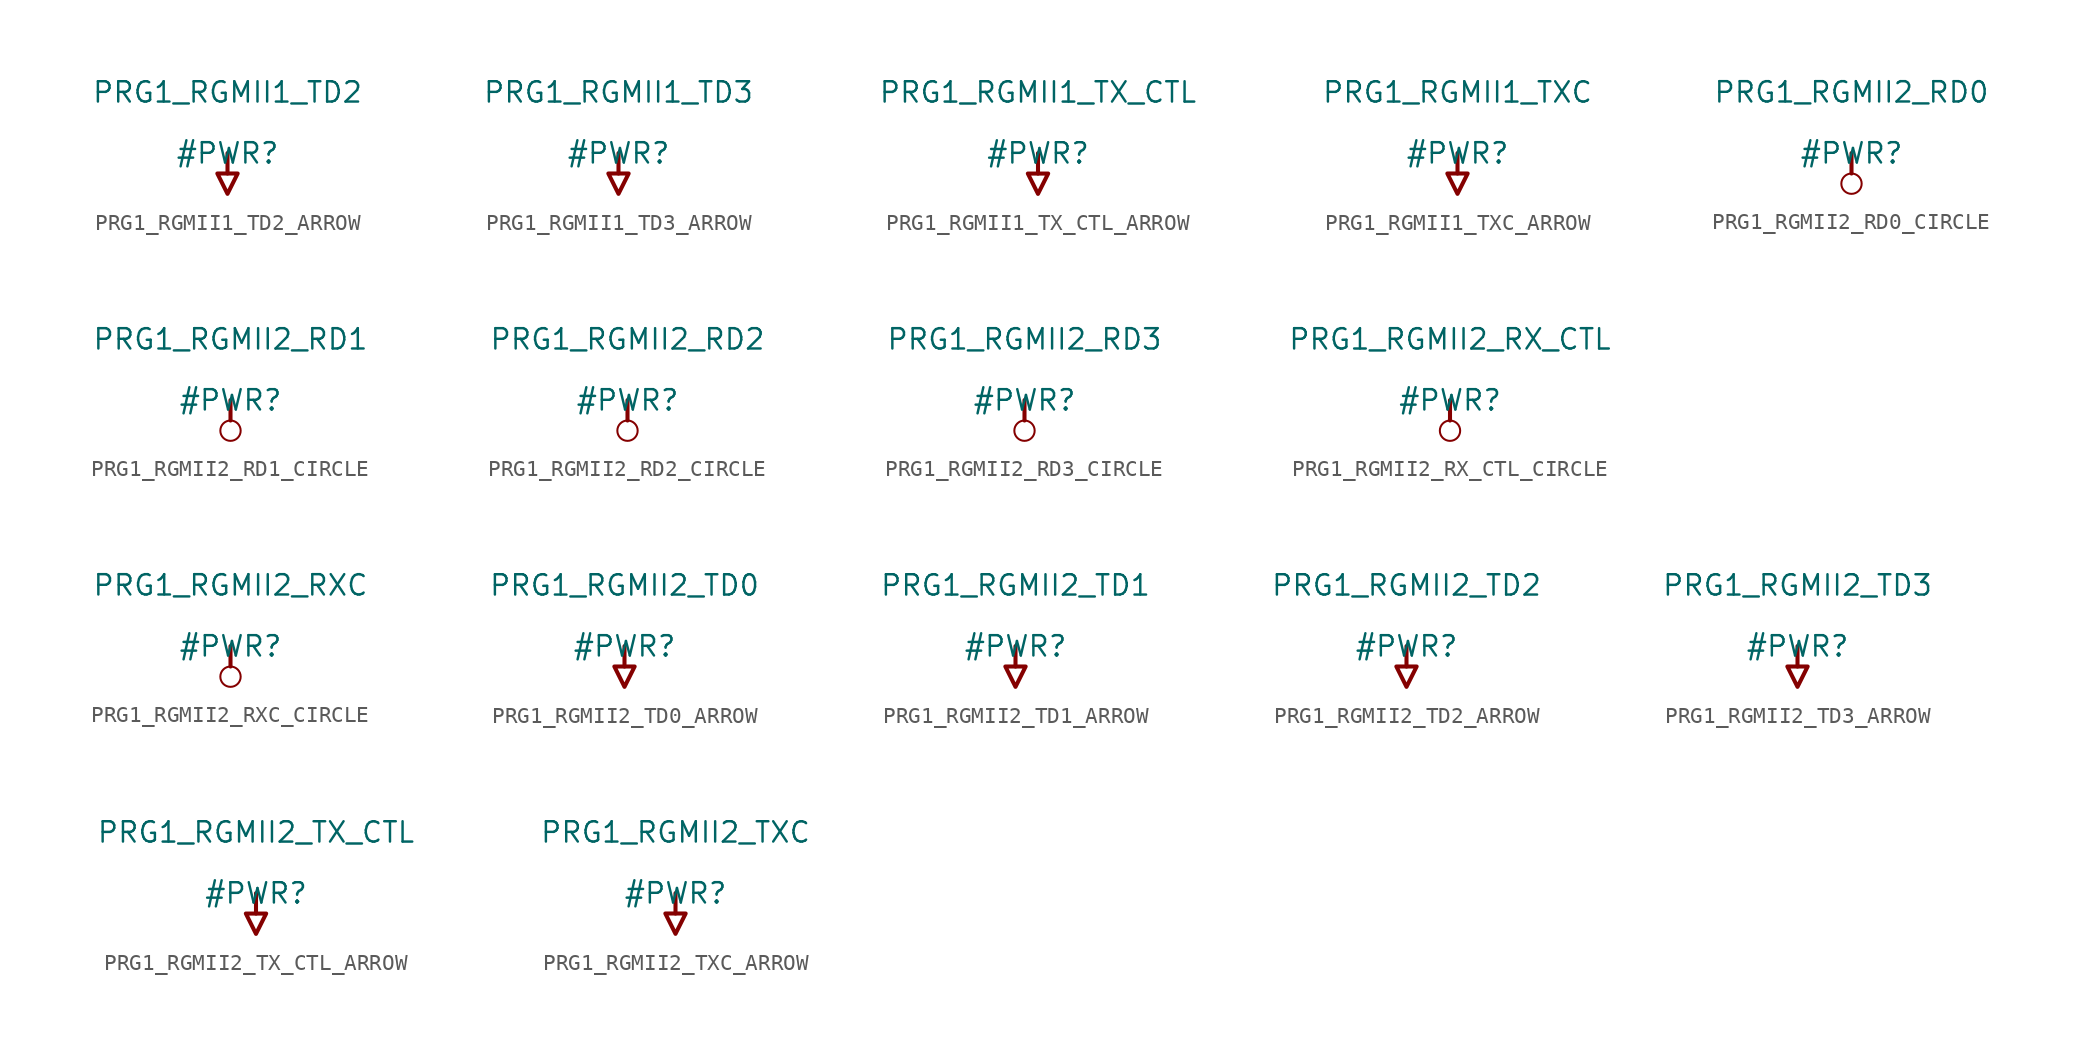
<source format=kicad_sym>
(kicad_symbol_lib
  (version 20231120)
  (generator "kicad_symbol_editor")
  (generator_version "8.0")
  (symbol "PRG1_RGMII1_TD2_ARROW"
    (power)
    (property "Reference" "#PWR"
      (at 0 0 0)
      (effects (font (size 1.27 1.27))))
    (property "Value" "PRG1_RGMII1_TD2"
      (at 0 3.81 0)
      (effects (font (size 1.27 1.27))))
    (symbol "PRG1_RGMII1_TD2_ARROW_0_0"
      (polyline (pts (xy 0 0) (xy 0 -1.27)) (stroke (width 0.254) (type solid)) (fill (type none)))
      (polyline (pts (xy -0.635 -1.27) (xy 0.635 -1.27) (xy 0 -2.54) (xy -0.635 -1.27)) (stroke (width 0.254) (type solid)) (fill (type none)))
      (pin power_in line (at 0 0 0) (length 0) hide (name "PRG1_RGMII1_TD2" (effects (font (size 1.27 1.27)))) (number "" (effects (font (size 1.27 1.27)))))))
  (symbol "PRG1_RGMII1_TD3_ARROW"
    (power)
    (property "Reference" "#PWR"
      (at 0 0 0)
      (effects (font (size 1.27 1.27))))
    (property "Value" "PRG1_RGMII1_TD3"
      (at 0 3.81 0)
      (effects (font (size 1.27 1.27))))
    (symbol "PRG1_RGMII1_TD3_ARROW_0_0"
      (polyline (pts (xy 0 0) (xy 0 -1.27)) (stroke (width 0.254) (type solid)) (fill (type none)))
      (polyline (pts (xy -0.635 -1.27) (xy 0.635 -1.27) (xy 0 -2.54) (xy -0.635 -1.27)) (stroke (width 0.254) (type solid)) (fill (type none)))
      (pin power_in line (at 0 0 0) (length 0) hide (name "PRG1_RGMII1_TD3" (effects (font (size 1.27 1.27)))) (number "" (effects (font (size 1.27 1.27)))))))
  (symbol "PRG1_RGMII1_TX_CTL_ARROW"
    (power)
    (property "Reference" "#PWR"
      (at 0 0 0)
      (effects (font (size 1.27 1.27))))
    (property "Value" "PRG1_RGMII1_TX_CTL"
      (at 0 3.81 0)
      (effects (font (size 1.27 1.27))))
    (symbol "PRG1_RGMII1_TX_CTL_ARROW_0_0"
      (polyline (pts (xy 0 0) (xy 0 -1.27)) (stroke (width 0.254) (type solid)) (fill (type none)))
      (polyline (pts (xy -0.635 -1.27) (xy 0.635 -1.27) (xy 0 -2.54) (xy -0.635 -1.27)) (stroke (width 0.254) (type solid)) (fill (type none)))
      (pin power_in line (at 0 0 0) (length 0) hide (name "PRG1_RGMII1_TX_CTL" (effects (font (size 1.27 1.27)))) (number "" (effects (font (size 1.27 1.27)))))))
  (symbol "PRG1_RGMII1_TXC_ARROW"
    (power)
    (property "Reference" "#PWR"
      (at 0 0 0)
      (effects (font (size 1.27 1.27))))
    (property "Value" "PRG1_RGMII1_TXC"
      (at 0 3.81 0)
      (effects (font (size 1.27 1.27))))
    (symbol "PRG1_RGMII1_TXC_ARROW_0_0"
      (polyline (pts (xy 0 0) (xy 0 -1.27)) (stroke (width 0.254) (type solid)) (fill (type none)))
      (polyline (pts (xy -0.635 -1.27) (xy 0.635 -1.27) (xy 0 -2.54) (xy -0.635 -1.27)) (stroke (width 0.254) (type solid)) (fill (type none)))
      (pin power_in line (at 0 0 0) (length 0) hide (name "PRG1_RGMII1_TXC" (effects (font (size 1.27 1.27)))) (number "" (effects (font (size 1.27 1.27)))))))
  (symbol "PRG1_RGMII2_RD0_CIRCLE"
    (power)
    (property "Reference" "#PWR"
      (at 0 0 0)
      (effects (font (size 1.27 1.27))))
    (property "Value" "PRG1_RGMII2_RD0"
      (at 0 3.81 0)
      (effects (font (size 1.27 1.27))))
    (symbol "PRG1_RGMII2_RD0_CIRCLE_0_0"
      (circle (center 0 -1.905) (radius 0.635) (stroke (width 0.127) (type solid)) (fill (type none)))
      (polyline (pts (xy 0 0) (xy 0 -1.27)) (stroke (width 0.254) (type solid)) (fill (type none)))
      (pin power_in line (at 0 0 0) (length 0) hide (name "PRG1_RGMII2_RD0" (effects (font (size 1.27 1.27)))) (number "" (effects (font (size 1.27 1.27)))))))
  (symbol "PRG1_RGMII2_RD1_CIRCLE"
    (power)
    (property "Reference" "#PWR"
      (at 0 0 0)
      (effects (font (size 1.27 1.27))))
    (property "Value" "PRG1_RGMII2_RD1"
      (at 0 3.81 0)
      (effects (font (size 1.27 1.27))))
    (symbol "PRG1_RGMII2_RD1_CIRCLE_0_0"
      (circle (center 0 -1.905) (radius 0.635) (stroke (width 0.127) (type solid)) (fill (type none)))
      (polyline (pts (xy 0 0) (xy 0 -1.27)) (stroke (width 0.254) (type solid)) (fill (type none)))
      (pin power_in line (at 0 0 0) (length 0) hide (name "PRG1_RGMII2_RD1" (effects (font (size 1.27 1.27)))) (number "" (effects (font (size 1.27 1.27)))))))
  (symbol "PRG1_RGMII2_RD2_CIRCLE"
    (power)
    (property "Reference" "#PWR"
      (at 0 0 0)
      (effects (font (size 1.27 1.27))))
    (property "Value" "PRG1_RGMII2_RD2"
      (at 0 3.81 0)
      (effects (font (size 1.27 1.27))))
    (symbol "PRG1_RGMII2_RD2_CIRCLE_0_0"
      (circle (center 0 -1.905) (radius 0.635) (stroke (width 0.127) (type solid)) (fill (type none)))
      (polyline (pts (xy 0 0) (xy 0 -1.27)) (stroke (width 0.254) (type solid)) (fill (type none)))
      (pin power_in line (at 0 0 0) (length 0) hide (name "PRG1_RGMII2_RD2" (effects (font (size 1.27 1.27)))) (number "" (effects (font (size 1.27 1.27)))))))
  (symbol "PRG1_RGMII2_RD3_CIRCLE"
    (power)
    (property "Reference" "#PWR"
      (at 0 0 0)
      (effects (font (size 1.27 1.27))))
    (property "Value" "PRG1_RGMII2_RD3"
      (at 0 3.81 0)
      (effects (font (size 1.27 1.27))))
    (symbol "PRG1_RGMII2_RD3_CIRCLE_0_0"
      (circle (center 0 -1.905) (radius 0.635) (stroke (width 0.127) (type solid)) (fill (type none)))
      (polyline (pts (xy 0 0) (xy 0 -1.27)) (stroke (width 0.254) (type solid)) (fill (type none)))
      (pin power_in line (at 0 0 0) (length 0) hide (name "PRG1_RGMII2_RD3" (effects (font (size 1.27 1.27)))) (number "" (effects (font (size 1.27 1.27)))))))
  (symbol "PRG1_RGMII2_RX_CTL_CIRCLE"
    (power)
    (property "Reference" "#PWR"
      (at 0 0 0)
      (effects (font (size 1.27 1.27))))
    (property "Value" "PRG1_RGMII2_RX_CTL"
      (at 0 3.81 0)
      (effects (font (size 1.27 1.27))))
    (symbol "PRG1_RGMII2_RX_CTL_CIRCLE_0_0"
      (circle (center 0 -1.905) (radius 0.635) (stroke (width 0.127) (type solid)) (fill (type none)))
      (polyline (pts (xy 0 0) (xy 0 -1.27)) (stroke (width 0.254) (type solid)) (fill (type none)))
      (pin power_in line (at 0 0 0) (length 0) hide (name "PRG1_RGMII2_RX_CTL" (effects (font (size 1.27 1.27)))) (number "" (effects (font (size 1.27 1.27)))))))
  (symbol "PRG1_RGMII2_RXC_CIRCLE"
    (power)
    (property "Reference" "#PWR"
      (at 0 0 0)
      (effects (font (size 1.27 1.27))))
    (property "Value" "PRG1_RGMII2_RXC"
      (at 0 3.81 0)
      (effects (font (size 1.27 1.27))))
    (symbol "PRG1_RGMII2_RXC_CIRCLE_0_0"
      (circle (center 0 -1.905) (radius 0.635) (stroke (width 0.127) (type solid)) (fill (type none)))
      (polyline (pts (xy 0 0) (xy 0 -1.27)) (stroke (width 0.254) (type solid)) (fill (type none)))
      (pin power_in line (at 0 0 0) (length 0) hide (name "PRG1_RGMII2_RXC" (effects (font (size 1.27 1.27)))) (number "" (effects (font (size 1.27 1.27)))))))
  (symbol "PRG1_RGMII2_TD0_ARROW"
    (power)
    (property "Reference" "#PWR"
      (at 0 0 0)
      (effects (font (size 1.27 1.27))))
    (property "Value" "PRG1_RGMII2_TD0"
      (at 0 3.81 0)
      (effects (font (size 1.27 1.27))))
    (symbol "PRG1_RGMII2_TD0_ARROW_0_0"
      (polyline (pts (xy 0 0) (xy 0 -1.27)) (stroke (width 0.254) (type solid)) (fill (type none)))
      (polyline (pts (xy -0.635 -1.27) (xy 0.635 -1.27) (xy 0 -2.54) (xy -0.635 -1.27)) (stroke (width 0.254) (type solid)) (fill (type none)))
      (pin power_in line (at 0 0 0) (length 0) hide (name "PRG1_RGMII2_TD0" (effects (font (size 1.27 1.27)))) (number "" (effects (font (size 1.27 1.27)))))))
  (symbol "PRG1_RGMII2_TD1_ARROW"
    (power)
    (property "Reference" "#PWR"
      (at 0 0 0)
      (effects (font (size 1.27 1.27))))
    (property "Value" "PRG1_RGMII2_TD1"
      (at 0 3.81 0)
      (effects (font (size 1.27 1.27))))
    (symbol "PRG1_RGMII2_TD1_ARROW_0_0"
      (polyline (pts (xy 0 0) (xy 0 -1.27)) (stroke (width 0.254) (type solid)) (fill (type none)))
      (polyline (pts (xy -0.635 -1.27) (xy 0.635 -1.27) (xy 0 -2.54) (xy -0.635 -1.27)) (stroke (width 0.254) (type solid)) (fill (type none)))
      (pin power_in line (at 0 0 0) (length 0) hide (name "PRG1_RGMII2_TD1" (effects (font (size 1.27 1.27)))) (number "" (effects (font (size 1.27 1.27)))))))
  (symbol "PRG1_RGMII2_TD2_ARROW"
    (power)
    (property "Reference" "#PWR"
      (at 0 0 0)
      (effects (font (size 1.27 1.27))))
    (property "Value" "PRG1_RGMII2_TD2"
      (at 0 3.81 0)
      (effects (font (size 1.27 1.27))))
    (symbol "PRG1_RGMII2_TD2_ARROW_0_0"
      (polyline (pts (xy 0 0) (xy 0 -1.27)) (stroke (width 0.254) (type solid)) (fill (type none)))
      (polyline (pts (xy -0.635 -1.27) (xy 0.635 -1.27) (xy 0 -2.54) (xy -0.635 -1.27)) (stroke (width 0.254) (type solid)) (fill (type none)))
      (pin power_in line (at 0 0 0) (length 0) hide (name "PRG1_RGMII2_TD2" (effects (font (size 1.27 1.27)))) (number "" (effects (font (size 1.27 1.27)))))))
  (symbol "PRG1_RGMII2_TD3_ARROW"
    (power)
    (property "Reference" "#PWR"
      (at 0 0 0)
      (effects (font (size 1.27 1.27))))
    (property "Value" "PRG1_RGMII2_TD3"
      (at 0 3.81 0)
      (effects (font (size 1.27 1.27))))
    (symbol "PRG1_RGMII2_TD3_ARROW_0_0"
      (polyline (pts (xy 0 0) (xy 0 -1.27)) (stroke (width 0.254) (type solid)) (fill (type none)))
      (polyline (pts (xy -0.635 -1.27) (xy 0.635 -1.27) (xy 0 -2.54) (xy -0.635 -1.27)) (stroke (width 0.254) (type solid)) (fill (type none)))
      (pin power_in line (at 0 0 0) (length 0) hide (name "PRG1_RGMII2_TD3" (effects (font (size 1.27 1.27)))) (number "" (effects (font (size 1.27 1.27)))))))
  (symbol "PRG1_RGMII2_TX_CTL_ARROW"
    (power)
    (property "Reference" "#PWR"
      (at 0 0 0)
      (effects (font (size 1.27 1.27))))
    (property "Value" "PRG1_RGMII2_TX_CTL"
      (at 0 3.81 0)
      (effects (font (size 1.27 1.27))))
    (symbol "PRG1_RGMII2_TX_CTL_ARROW_0_0"
      (polyline (pts (xy 0 0) (xy 0 -1.27)) (stroke (width 0.254) (type solid)) (fill (type none)))
      (polyline (pts (xy -0.635 -1.27) (xy 0.635 -1.27) (xy 0 -2.54) (xy -0.635 -1.27)) (stroke (width 0.254) (type solid)) (fill (type none)))
      (pin power_in line (at 0 0 0) (length 0) hide (name "PRG1_RGMII2_TX_CTL" (effects (font (size 1.27 1.27)))) (number "" (effects (font (size 1.27 1.27)))))))
  (symbol "PRG1_RGMII2_TXC_ARROW"
    (power)
    (property "Reference" "#PWR"
      (at 0 0 0)
      (effects (font (size 1.27 1.27))))
    (property "Value" "PRG1_RGMII2_TXC"
      (at 0 3.81 0)
      (effects (font (size 1.27 1.27))))
    (symbol "PRG1_RGMII2_TXC_ARROW_0_0"
      (polyline (pts (xy 0 0) (xy 0 -1.27)) (stroke (width 0.254) (type solid)) (fill (type none)))
      (polyline (pts (xy -0.635 -1.27) (xy 0.635 -1.27) (xy 0 -2.54) (xy -0.635 -1.27)) (stroke (width 0.254) (type solid)) (fill (type none)))
      (pin power_in line (at 0 0 0) (length 0) hide (name "PRG1_RGMII2_TXC" (effects (font (size 1.27 1.27)))) (number "" (effects (font (size 1.27 1.27))))))))
</source>
